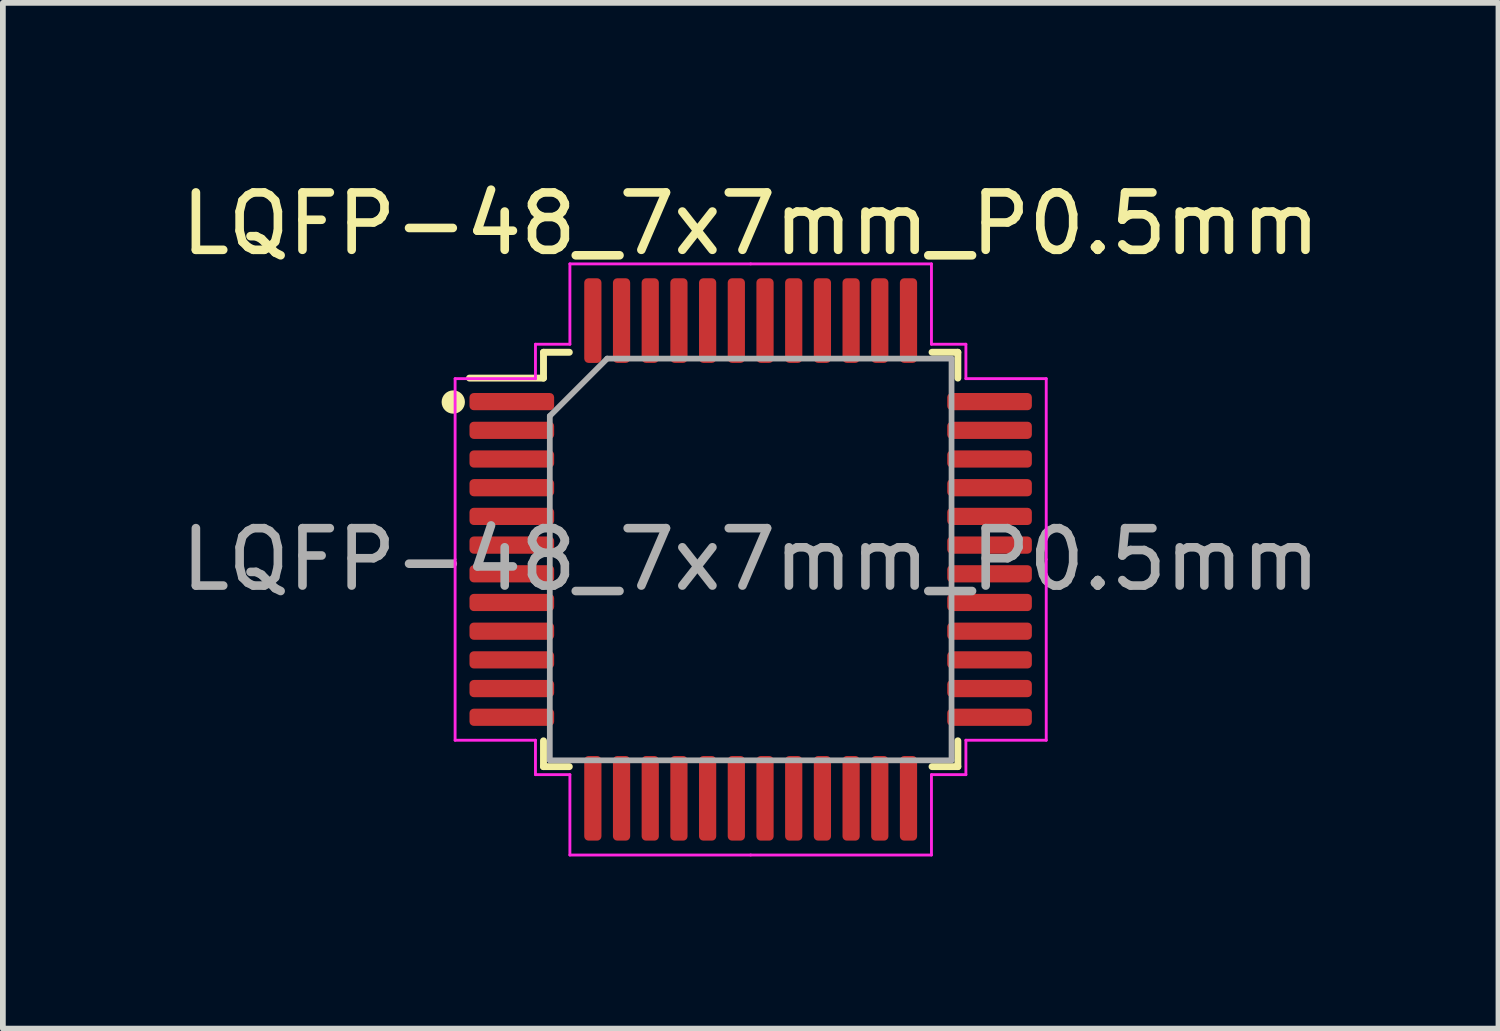
<source format=kicad_pcb>
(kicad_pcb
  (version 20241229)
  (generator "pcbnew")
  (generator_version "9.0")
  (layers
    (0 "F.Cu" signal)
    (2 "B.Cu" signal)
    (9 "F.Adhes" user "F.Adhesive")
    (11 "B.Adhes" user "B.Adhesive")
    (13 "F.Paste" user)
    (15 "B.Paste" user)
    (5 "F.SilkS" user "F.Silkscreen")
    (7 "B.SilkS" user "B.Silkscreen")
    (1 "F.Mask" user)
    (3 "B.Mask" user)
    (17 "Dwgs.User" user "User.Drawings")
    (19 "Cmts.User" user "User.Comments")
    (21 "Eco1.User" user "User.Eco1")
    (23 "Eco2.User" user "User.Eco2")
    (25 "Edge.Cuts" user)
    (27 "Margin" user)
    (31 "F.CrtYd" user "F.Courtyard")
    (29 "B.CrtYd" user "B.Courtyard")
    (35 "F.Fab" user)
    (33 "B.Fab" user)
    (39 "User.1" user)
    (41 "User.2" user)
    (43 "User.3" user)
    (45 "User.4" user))
  (footprint "LQFP-48_7x7mm_P0.5mm"
    (layer "F.Cu")
    (at 10.03 6.698)
    (property "Reference" "LQFP-48_7x7mm_P0.5mm" (at 0 -5.85 0) (layer "F.SilkS") (effects (font (size 1 1) (thickness 0.15))))
    (attr smd)
    (fp_line (start -3.61 -3.61) (end -3.61 -3.16) (stroke (width 0.12) (type solid)) (layer "F.SilkS"))
    (fp_line (start -3.61 -3.16) (end -4.9 -3.16) (stroke (width 0.12) (type solid)) (layer "F.SilkS"))
    (fp_line (start -3.61 3.61) (end -3.61 3.16) (stroke (width 0.12) (type solid)) (layer "F.SilkS"))
    (fp_line (start -3.16 -3.61) (end -3.61 -3.61) (stroke (width 0.12) (type solid)) (layer "F.SilkS"))
    (fp_line (start -3.16 3.61) (end -3.61 3.61) (stroke (width 0.12) (type solid)) (layer "F.SilkS"))
    (fp_line (start 3.16 -3.61) (end 3.61 -3.61) (stroke (width 0.12) (type solid)) (layer "F.SilkS"))
    (fp_line (start 3.16 3.61) (end 3.61 3.61) (stroke (width 0.12) (type solid)) (layer "F.SilkS"))
    (fp_line (start 3.61 -3.61) (end 3.61 -3.16) (stroke (width 0.12) (type solid)) (layer "F.SilkS"))
    (fp_line (start 3.61 3.61) (end 3.61 3.16) (stroke (width 0.12) (type solid)) (layer "F.SilkS"))
    (fp_circle (center -5.182 -2.743) (end -5.029 -2.743) (stroke (width 0.1) (type solid)) (fill yes) (layer "F.SilkS"))
    (fp_line (start -5.15 -3.15) (end -5.15 0) (stroke (width 0.05) (type solid)) (layer "F.CrtYd"))
    (fp_line (start -5.15 3.15) (end -5.15 0) (stroke (width 0.05) (type solid)) (layer "F.CrtYd"))
    (fp_line (start -3.75 -3.75) (end -3.75 -3.15) (stroke (width 0.05) (type solid)) (layer "F.CrtYd"))
    (fp_line (start -3.75 -3.15) (end -5.15 -3.15) (stroke (width 0.05) (type solid)) (layer "F.CrtYd"))
    (fp_line (start -3.75 3.15) (end -5.15 3.15) (stroke (width 0.05) (type solid)) (layer "F.CrtYd"))
    (fp_line (start -3.75 3.75) (end -3.75 3.15) (stroke (width 0.05) (type solid)) (layer "F.CrtYd"))
    (fp_line (start -3.15 -5.15) (end -3.15 -3.75) (stroke (width 0.05) (type solid)) (layer "F.CrtYd"))
    (fp_line (start -3.15 -3.75) (end -3.75 -3.75) (stroke (width 0.05) (type solid)) (layer "F.CrtYd"))
    (fp_line (start -3.15 3.75) (end -3.75 3.75) (stroke (width 0.05) (type solid)) (layer "F.CrtYd"))
    (fp_line (start -3.15 5.15) (end -3.15 3.75) (stroke (width 0.05) (type solid)) (layer "F.CrtYd"))
    (fp_line (start 0 -5.15) (end -3.15 -5.15) (stroke (width 0.05) (type solid)) (layer "F.CrtYd"))
    (fp_line (start 0 -5.15) (end 3.15 -5.15) (stroke (width 0.05) (type solid)) (layer "F.CrtYd"))
    (fp_line (start 0 5.15) (end -3.15 5.15) (stroke (width 0.05) (type solid)) (layer "F.CrtYd"))
    (fp_line (start 0 5.15) (end 3.15 5.15) (stroke (width 0.05) (type solid)) (layer "F.CrtYd"))
    (fp_line (start 3.15 -5.15) (end 3.15 -3.75) (stroke (width 0.05) (type solid)) (layer "F.CrtYd"))
    (fp_line (start 3.15 -3.75) (end 3.75 -3.75) (stroke (width 0.05) (type solid)) (layer "F.CrtYd"))
    (fp_line (start 3.15 3.75) (end 3.75 3.75) (stroke (width 0.05) (type solid)) (layer "F.CrtYd"))
    (fp_line (start 3.15 5.15) (end 3.15 3.75) (stroke (width 0.05) (type solid)) (layer "F.CrtYd"))
    (fp_line (start 3.75 -3.75) (end 3.75 -3.15) (stroke (width 0.05) (type solid)) (layer "F.CrtYd"))
    (fp_line (start 3.75 -3.15) (end 5.15 -3.15) (stroke (width 0.05) (type solid)) (layer "F.CrtYd"))
    (fp_line (start 3.75 3.15) (end 5.15 3.15) (stroke (width 0.05) (type solid)) (layer "F.CrtYd"))
    (fp_line (start 3.75 3.75) (end 3.75 3.15) (stroke (width 0.05) (type solid)) (layer "F.CrtYd"))
    (fp_line (start 5.15 -3.15) (end 5.15 0) (stroke (width 0.05) (type solid)) (layer "F.CrtYd"))
    (fp_line (start 5.15 3.15) (end 5.15 0) (stroke (width 0.05) (type solid)) (layer "F.CrtYd"))
    (fp_line (start -3.5 -2.5) (end -2.5 -3.5) (stroke (width 0.1) (type solid)) (layer "F.Fab"))
    (fp_line (start -3.5 3.5) (end -3.5 -2.5) (stroke (width 0.1) (type solid)) (layer "F.Fab"))
    (fp_line (start -2.5 -3.5) (end 3.5 -3.5) (stroke (width 0.1) (type solid)) (layer "F.Fab"))
    (fp_line (start 3.5 -3.5) (end 3.5 3.5) (stroke (width 0.1) (type solid)) (layer "F.Fab"))
    (fp_line (start 3.5 3.5) (end -3.5 3.5) (stroke (width 0.1) (type solid)) (layer "F.Fab"))
    (fp_text user "${REFERENCE}" (at 0 0 0) (layer "F.Fab") (effects (font (size 1 1) (thickness 0.15))))
    (pad "1" smd roundrect (at -4.162 -2.75) (size 1.475 0.3) (layers "F.Cu" "F.Mask" "F.Paste") (roundrect_rratio 0.25))
    (pad "2" smd roundrect (at -4.162 -2.25) (size 1.475 0.3) (layers "F.Cu" "F.Mask" "F.Paste") (roundrect_rratio 0.25))
    (pad "3" smd roundrect (at -4.162 -1.75) (size 1.475 0.3) (layers "F.Cu" "F.Mask" "F.Paste") (roundrect_rratio 0.25))
    (pad "4" smd roundrect (at -4.162 -1.25) (size 1.475 0.3) (layers "F.Cu" "F.Mask" "F.Paste") (roundrect_rratio 0.25))
    (pad "5" smd roundrect (at -4.162 -0.75) (size 1.475 0.3) (layers "F.Cu" "F.Mask" "F.Paste") (roundrect_rratio 0.25))
    (pad "6" smd roundrect (at -4.162 -0.25) (size 1.475 0.3) (layers "F.Cu" "F.Mask" "F.Paste") (roundrect_rratio 0.25))
    (pad "7" smd roundrect (at -4.162 0.25) (size 1.475 0.3) (layers "F.Cu" "F.Mask" "F.Paste") (roundrect_rratio 0.25))
    (pad "8" smd roundrect (at -4.162 0.75) (size 1.475 0.3) (layers "F.Cu" "F.Mask" "F.Paste") (roundrect_rratio 0.25))
    (pad "9" smd roundrect (at -4.162 1.25) (size 1.475 0.3) (layers "F.Cu" "F.Mask" "F.Paste") (roundrect_rratio 0.25))
    (pad "10" smd roundrect (at -4.162 1.75) (size 1.475 0.3) (layers "F.Cu" "F.Mask" "F.Paste") (roundrect_rratio 0.25))
    (pad "11" smd roundrect (at -4.162 2.25) (size 1.475 0.3) (layers "F.Cu" "F.Mask" "F.Paste") (roundrect_rratio 0.25))
    (pad "12" smd roundrect (at -4.162 2.75) (size 1.475 0.3) (layers "F.Cu" "F.Mask" "F.Paste") (roundrect_rratio 0.25))
    (pad "13" smd roundrect (at -2.75 4.162) (size 0.3 1.475) (layers "F.Cu" "F.Mask" "F.Paste") (roundrect_rratio 0.25))
    (pad "14" smd roundrect (at -2.25 4.162) (size 0.3 1.475) (layers "F.Cu" "F.Mask" "F.Paste") (roundrect_rratio 0.25))
    (pad "15" smd roundrect (at -1.75 4.162) (size 0.3 1.475) (layers "F.Cu" "F.Mask" "F.Paste") (roundrect_rratio 0.25))
    (pad "16" smd roundrect (at -1.25 4.162) (size 0.3 1.475) (layers "F.Cu" "F.Mask" "F.Paste") (roundrect_rratio 0.25))
    (pad "17" smd roundrect (at -0.75 4.162) (size 0.3 1.475) (layers "F.Cu" "F.Mask" "F.Paste") (roundrect_rratio 0.25))
    (pad "18" smd roundrect (at -0.25 4.162) (size 0.3 1.475) (layers "F.Cu" "F.Mask" "F.Paste") (roundrect_rratio 0.25))
    (pad "19" smd roundrect (at 0.25 4.162) (size 0.3 1.475) (layers "F.Cu" "F.Mask" "F.Paste") (roundrect_rratio 0.25))
    (pad "20" smd roundrect (at 0.75 4.162) (size 0.3 1.475) (layers "F.Cu" "F.Mask" "F.Paste") (roundrect_rratio 0.25))
    (pad "21" smd roundrect (at 1.25 4.162) (size 0.3 1.475) (layers "F.Cu" "F.Mask" "F.Paste") (roundrect_rratio 0.25))
    (pad "22" smd roundrect (at 1.75 4.162) (size 0.3 1.475) (layers "F.Cu" "F.Mask" "F.Paste") (roundrect_rratio 0.25))
    (pad "23" smd roundrect (at 2.25 4.162) (size 0.3 1.475) (layers "F.Cu" "F.Mask" "F.Paste") (roundrect_rratio 0.25))
    (pad "24" smd roundrect (at 2.75 4.162) (size 0.3 1.475) (layers "F.Cu" "F.Mask" "F.Paste") (roundrect_rratio 0.25))
    (pad "25" smd roundrect (at 4.162 2.75) (size 1.475 0.3) (layers "F.Cu" "F.Mask" "F.Paste") (roundrect_rratio 0.25))
    (pad "26" smd roundrect (at 4.162 2.25) (size 1.475 0.3) (layers "F.Cu" "F.Mask" "F.Paste") (roundrect_rratio 0.25))
    (pad "27" smd roundrect (at 4.162 1.75) (size 1.475 0.3) (layers "F.Cu" "F.Mask" "F.Paste") (roundrect_rratio 0.25))
    (pad "28" smd roundrect (at 4.162 1.25) (size 1.475 0.3) (layers "F.Cu" "F.Mask" "F.Paste") (roundrect_rratio 0.25))
    (pad "29" smd roundrect (at 4.162 0.75) (size 1.475 0.3) (layers "F.Cu" "F.Mask" "F.Paste") (roundrect_rratio 0.25))
    (pad "30" smd roundrect (at 4.162 0.25) (size 1.475 0.3) (layers "F.Cu" "F.Mask" "F.Paste") (roundrect_rratio 0.25))
    (pad "31" smd roundrect (at 4.162 -0.25) (size 1.475 0.3) (layers "F.Cu" "F.Mask" "F.Paste") (roundrect_rratio 0.25))
    (pad "32" smd roundrect (at 4.162 -0.75) (size 1.475 0.3) (layers "F.Cu" "F.Mask" "F.Paste") (roundrect_rratio 0.25))
    (pad "33" smd roundrect (at 4.162 -1.25) (size 1.475 0.3) (layers "F.Cu" "F.Mask" "F.Paste") (roundrect_rratio 0.25))
    (pad "34" smd roundrect (at 4.162 -1.75) (size 1.475 0.3) (layers "F.Cu" "F.Mask" "F.Paste") (roundrect_rratio 0.25))
    (pad "35" smd roundrect (at 4.162 -2.25) (size 1.475 0.3) (layers "F.Cu" "F.Mask" "F.Paste") (roundrect_rratio 0.25))
    (pad "36" smd roundrect (at 4.162 -2.75) (size 1.475 0.3) (layers "F.Cu" "F.Mask" "F.Paste") (roundrect_rratio 0.25))
    (pad "37" smd roundrect (at 2.75 -4.162) (size 0.3 1.475) (layers "F.Cu" "F.Mask" "F.Paste") (roundrect_rratio 0.25))
    (pad "38" smd roundrect (at 2.25 -4.162) (size 0.3 1.475) (layers "F.Cu" "F.Mask" "F.Paste") (roundrect_rratio 0.25))
    (pad "39" smd roundrect (at 1.75 -4.162) (size 0.3 1.475) (layers "F.Cu" "F.Mask" "F.Paste") (roundrect_rratio 0.25))
    (pad "40" smd roundrect (at 1.25 -4.162) (size 0.3 1.475) (layers "F.Cu" "F.Mask" "F.Paste") (roundrect_rratio 0.25))
    (pad "41" smd roundrect (at 0.75 -4.162) (size 0.3 1.475) (layers "F.Cu" "F.Mask" "F.Paste") (roundrect_rratio 0.25))
    (pad "42" smd roundrect (at 0.25 -4.162) (size 0.3 1.475) (layers "F.Cu" "F.Mask" "F.Paste") (roundrect_rratio 0.25))
    (pad "43" smd roundrect (at -0.25 -4.162) (size 0.3 1.475) (layers "F.Cu" "F.Mask" "F.Paste") (roundrect_rratio 0.25))
    (pad "44" smd roundrect (at -0.75 -4.162) (size 0.3 1.475) (layers "F.Cu" "F.Mask" "F.Paste") (roundrect_rratio 0.25))
    (pad "45" smd roundrect (at -1.25 -4.162) (size 0.3 1.475) (layers "F.Cu" "F.Mask" "F.Paste") (roundrect_rratio 0.25))
    (pad "46" smd roundrect (at -1.75 -4.162) (size 0.3 1.475) (layers "F.Cu" "F.Mask" "F.Paste") (roundrect_rratio 0.25))
    (pad "47" smd roundrect (at -2.25 -4.162) (size 0.3 1.475) (layers "F.Cu" "F.Mask" "F.Paste") (roundrect_rratio 0.25))
    (pad "48" smd roundrect (at -2.75 -4.162) (size 0.3 1.475) (layers "F.Cu" "F.Mask" "F.Paste") (roundrect_rratio 0.25)))
  (gr_rect
    (start -3 -3)
    (end 23.06 14.873)
    (stroke (width 0.1) (type default))
    (fill no)
    (layer "Edge.Cuts")))
</source>
